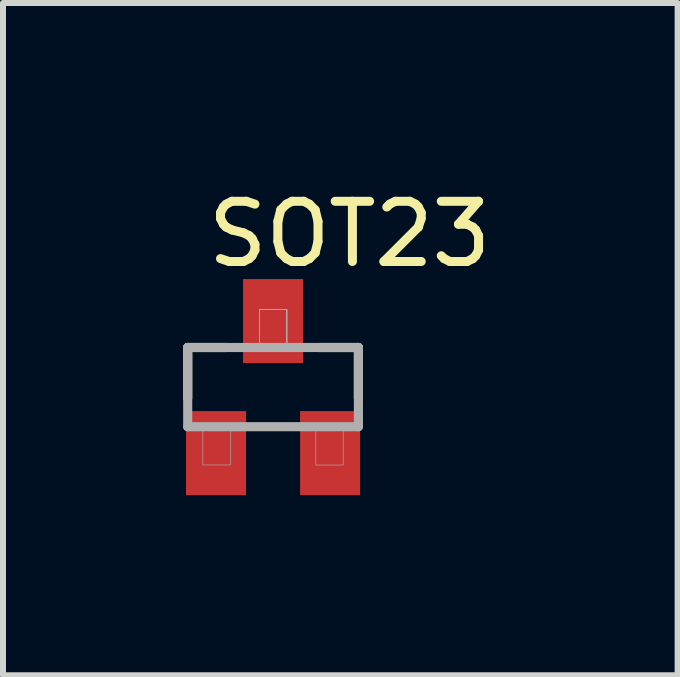
<source format=kicad_pcb>
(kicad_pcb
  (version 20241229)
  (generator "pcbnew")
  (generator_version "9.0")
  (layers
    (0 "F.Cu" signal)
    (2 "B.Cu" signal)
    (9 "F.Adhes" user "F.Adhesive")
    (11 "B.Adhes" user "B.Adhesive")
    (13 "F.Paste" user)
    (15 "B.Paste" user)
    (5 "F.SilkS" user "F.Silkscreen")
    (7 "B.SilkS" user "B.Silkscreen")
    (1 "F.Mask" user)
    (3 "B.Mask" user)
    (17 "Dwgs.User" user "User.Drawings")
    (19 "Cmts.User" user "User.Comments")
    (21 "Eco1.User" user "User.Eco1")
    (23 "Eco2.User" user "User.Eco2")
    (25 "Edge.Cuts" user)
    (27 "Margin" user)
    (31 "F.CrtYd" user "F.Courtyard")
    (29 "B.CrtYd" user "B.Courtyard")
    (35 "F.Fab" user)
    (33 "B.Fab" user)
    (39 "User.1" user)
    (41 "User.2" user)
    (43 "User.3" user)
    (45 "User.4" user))
  (footprint "SOT23"
    (layer "F.Cu")
    (at 1.499 3.399)
    (property "Reference" "SOT23" (at 1.274 -2.549 0) (layer "F.SilkS") (effects (font (size 1.003 1.003) (thickness 0.15))))
    (attr smd)
    (fp_line (start -1.422 -0.66) (end -0.762 -0.66) (stroke (width 0.152) (type solid)) (layer "F.SilkS"))
    (fp_line (start -1.422 0.185) (end -1.422 -0.66) (stroke (width 0.152) (type solid)) (layer "F.SilkS"))
    (fp_line (start 0.762 -0.66) (end 1.422 -0.66) (stroke (width 0.152) (type solid)) (layer "F.SilkS"))
    (fp_line (start 1.422 -0.66) (end 1.422 0.185) (stroke (width 0.152) (type solid)) (layer "F.SilkS"))
    (fp_line (start -1.422 -0.66) (end 1.422 -0.66) (stroke (width 0.152) (type solid)) (layer "F.Fab"))
    (fp_line (start -1.422 0.66) (end -1.422 -0.66) (stroke (width 0.152) (type solid)) (layer "F.Fab"))
    (fp_line (start 1.422 -0.66) (end 1.422 0.66) (stroke (width 0.152) (type solid)) (layer "F.Fab"))
    (fp_line (start 1.422 0.66) (end -1.422 0.66) (stroke (width 0.152) (type solid)) (layer "F.Fab"))
    (fp_poly (pts (xy -1.17 0.711) (xy -0.711 0.711) (xy -0.711 1.297) (xy -1.17 1.297)) (stroke (width 0.01) (type solid)) (fill no) (layer "F.Fab"))
    (fp_poly (pts (xy -0.229 -1.295) (xy 0.229 -1.295) (xy 0.229 -0.713) (xy -0.229 -0.713)) (stroke (width 0.01) (type solid)) (fill no) (layer "F.Fab"))
    (fp_poly (pts (xy -0.229 -1.295) (xy 0.229 -1.295) (xy 0.229 -0.713) (xy -0.229 -0.713)) (stroke (width 0.01) (type solid)) (fill no) (layer "F.Fab"))
    (fp_poly (pts (xy -0.229 -1.295) (xy 0.229 -1.295) (xy 0.229 -0.712) (xy -0.229 -0.712)) (stroke (width 0.01) (type solid)) (fill no) (layer "F.Fab"))
    (fp_poly (pts (xy -0.229 -1.295) (xy 0.229 -1.295) (xy 0.229 -0.712) (xy -0.229 -0.712)) (stroke (width 0.01) (type solid)) (fill no) (layer "F.Fab"))
    (fp_poly (pts (xy -0.229 -1.295) (xy 0.229 -1.295) (xy 0.229 -0.712) (xy -0.229 -0.712)) (stroke (width 0.01) (type solid)) (fill no) (layer "F.Fab"))
    (fp_poly (pts (xy -0.229 -1.295) (xy 0.229 -1.295) (xy 0.229 -0.712) (xy -0.229 -0.712)) (stroke (width 0.01) (type solid)) (fill no) (layer "F.Fab"))
    (fp_poly (pts (xy 0.712 0.711) (xy 1.168 0.711) (xy 1.168 1.298) (xy 0.712 1.298)) (stroke (width 0.01) (type solid)) (fill no) (layer "F.Fab"))
    (pad "1" smd rect (at -0.95 1.1) (size 1 1.4) (layers "F.Cu" "F.Mask" "F.Paste"))
    (pad "2" smd rect (at 0.95 1.1) (size 1 1.4) (layers "F.Cu" "F.Mask" "F.Paste"))
    (pad "3" smd rect (at 0 -1.1) (size 1 1.4) (layers "F.Cu" "F.Mask" "F.Paste")))
  (gr_rect
    (start -3 -3)
    (end 8.239 8.199)
    (stroke (width 0.1) (type default))
    (fill no)
    (layer "Edge.Cuts")))
</source>
